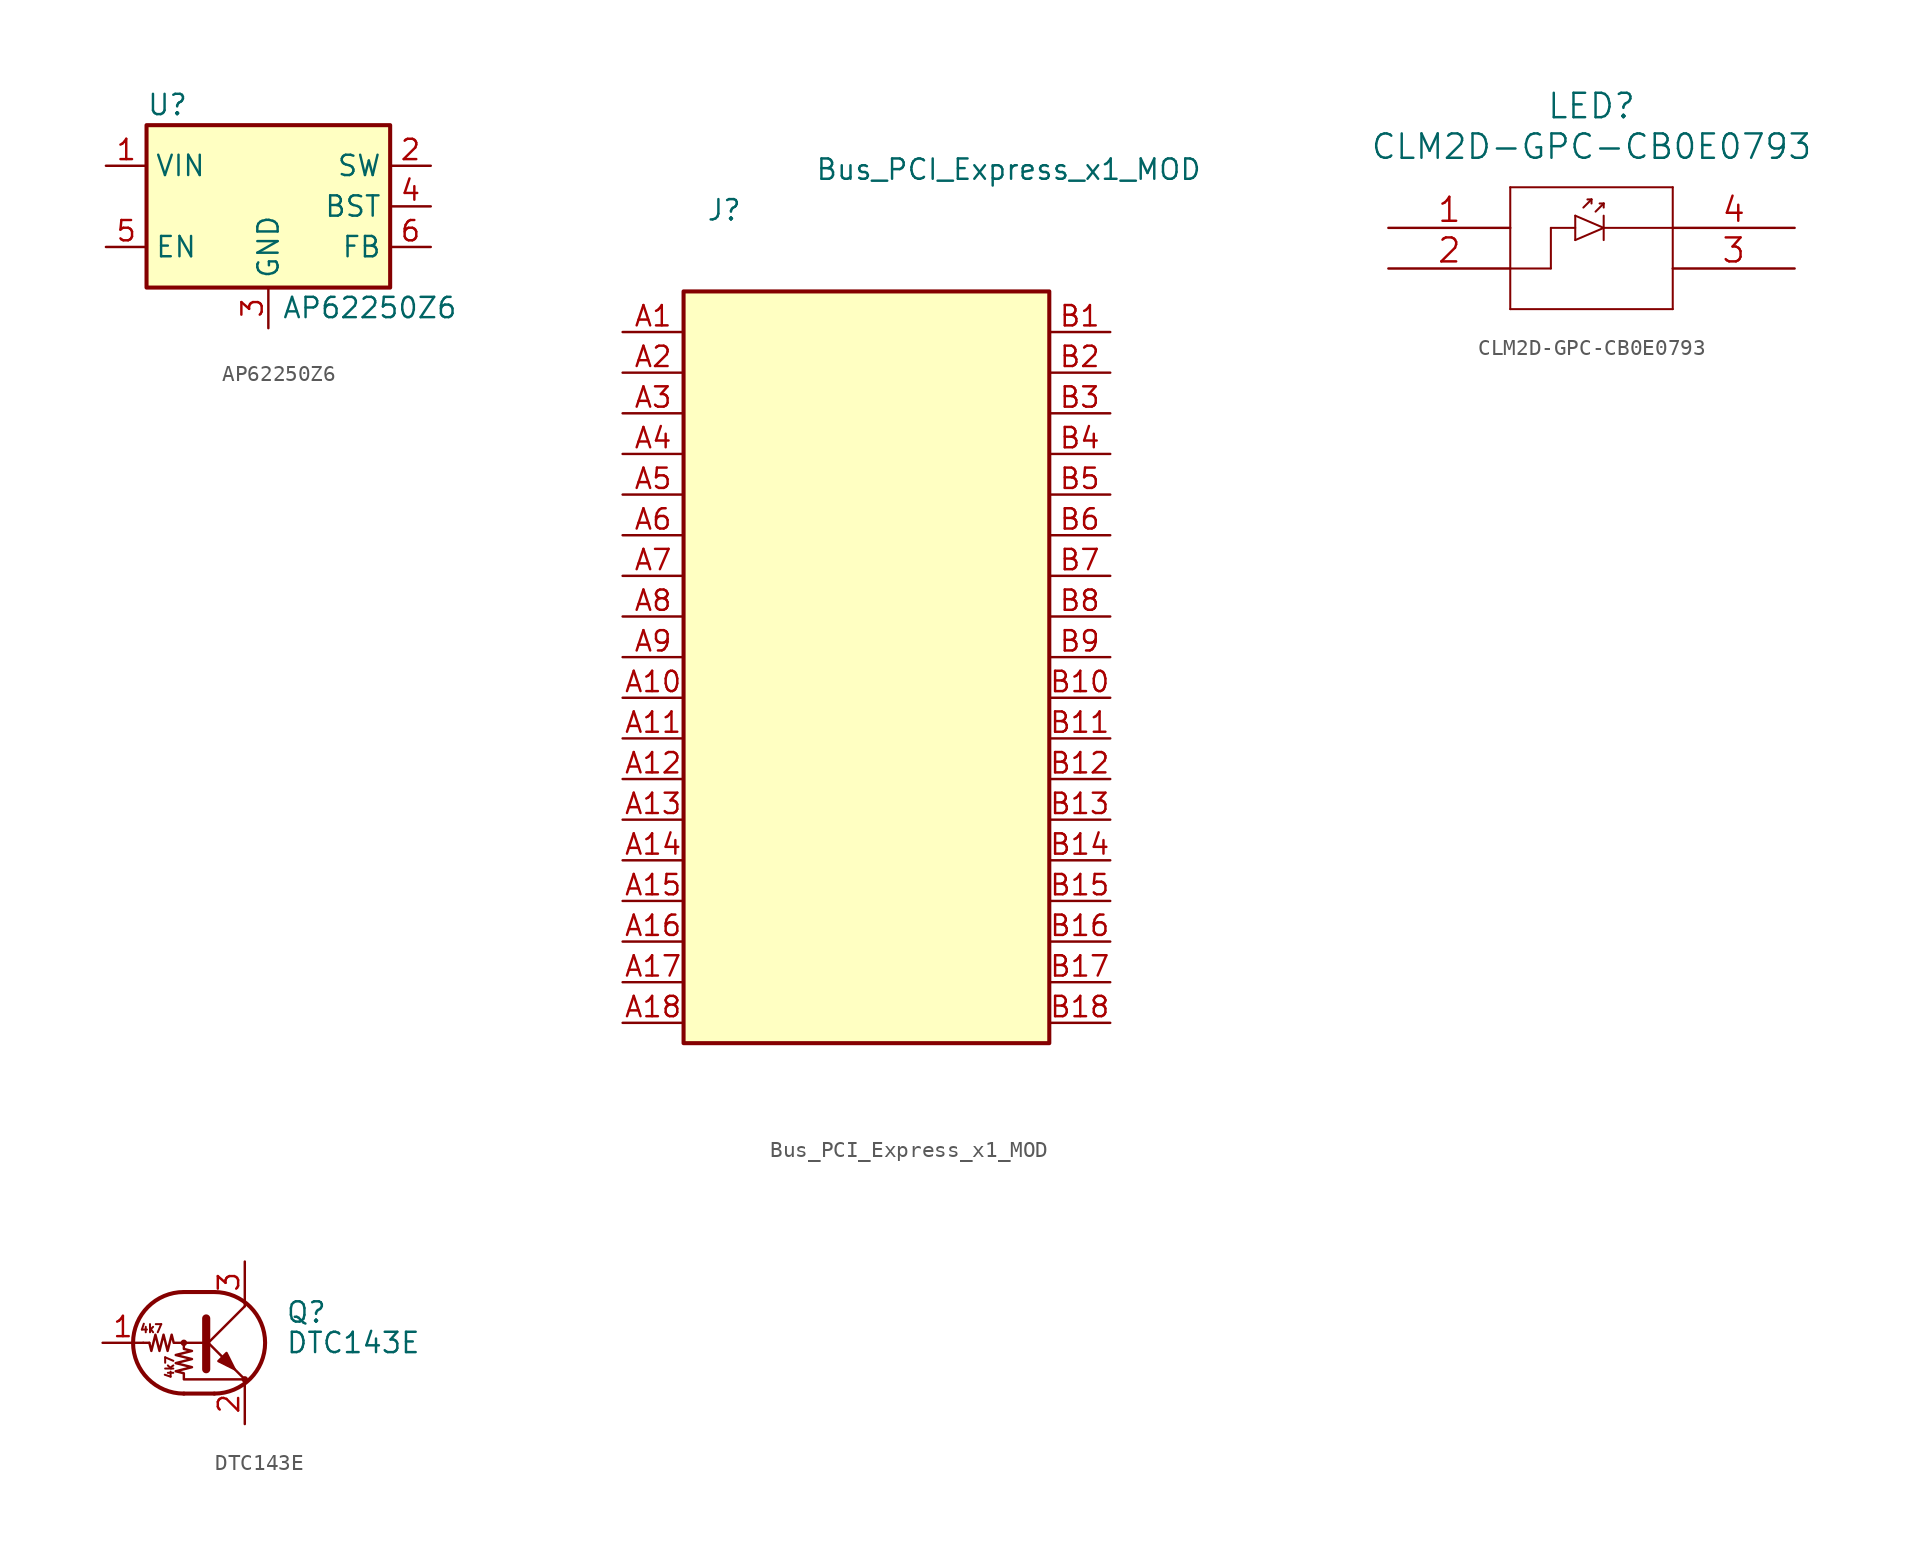
<source format=kicad_sym>
(kicad_symbol_lib
  (version 20231120)
  (generator "kicad_symbol_editor")
  (generator_version "8.0")
  (symbol "AP62250Z6"
    (property "Reference" "U"
      (at -7.62 6.35 0)
      (effects (font (size 1.27 1.27)) (justify left)))
    (property "Value" "AP62250Z6"
      (at 6.35 -6.35 0)
      (effects (font (size 1.27 1.27))))
    (symbol "AP62250Z6_0_1"
      (rectangle (start -7.62 5.08) (end 7.62 -5.08) (stroke (width 0.254) (type default)) (fill (type background))))
    (symbol "AP62250Z6_1_1"
      (pin power_in line (at -10.16 2.54 0) (length 2.54) (name "VIN" (effects (font (size 1.27 1.27)))) (number "1" (effects (font (size 1.27 1.27)))))
      (pin output line (at 10.16 2.54 180) (length 2.54) (name "SW" (effects (font (size 1.27 1.27)))) (number "2" (effects (font (size 1.27 1.27)))))
      (pin power_in line (at 0 -7.62 90) (length 2.54) (name "GND" (effects (font (size 1.27 1.27)))) (number "3" (effects (font (size 1.27 1.27)))))
      (pin passive line (at 10.16 0 180) (length 2.54) (name "BST" (effects (font (size 1.27 1.27)))) (number "4" (effects (font (size 1.27 1.27)))))
      (pin input line (at -10.16 -2.54 0) (length 2.54) (name "EN" (effects (font (size 1.27 1.27)))) (number "5" (effects (font (size 1.27 1.27)))))
      (pin input line (at 10.16 -2.54 180) (length 2.54) (name "FB" (effects (font (size 1.27 1.27)))) (number "6" (effects (font (size 1.27 1.27)))))))
  (symbol "Bus_PCI_Express_x1_MOD"
    (property "Reference" "J"
      (at -8.89 26.67 0)
      (effects (font (size 1.27 1.27))))
    (property "Value" "Bus_PCI_Express_x1_MOD"
      (at 8.89 29.21 0)
      (effects (font (size 1.27 1.27))))
    (symbol "Bus_PCI_Express_x1_MOD_0_1"
      (rectangle (start -11.43 21.59) (end 11.43 -25.4) (stroke (width 0.254) (type default)) (fill (type background))))
    (symbol "Bus_PCI_Express_x1_MOD_1_1"
      (pin passive line (at -15.24 19.05 0) (length 3.81) (name "" (effects (font (size 1.27 1.27)))) (number "A1" (effects (font (size 1.27 1.27)))))
      (pin passive line (at -15.24 -3.81 0) (length 3.81) (name "" (effects (font (size 1.27 1.27)))) (number "A10" (effects (font (size 1.27 1.27)))))
      (pin passive line (at -15.24 -6.35 0) (length 3.81) (name "" (effects (font (size 1.27 1.27)))) (number "A11" (effects (font (size 1.27 1.27)))))
      (pin passive line (at -15.24 -8.89 0) (length 3.81) (name "" (effects (font (size 1.27 1.27)))) (number "A12" (effects (font (size 1.27 1.27)))))
      (pin passive line (at -15.24 -11.43 0) (length 3.81) (name "" (effects (font (size 1.27 1.27)))) (number "A13" (effects (font (size 1.27 1.27)))))
      (pin passive line (at -15.24 -13.97 0) (length 3.81) (name "" (effects (font (size 1.27 1.27)))) (number "A14" (effects (font (size 1.27 1.27)))))
      (pin passive line (at -15.24 -16.51 0) (length 3.81) (name "" (effects (font (size 1.27 1.27)))) (number "A15" (effects (font (size 1.27 1.27)))))
      (pin passive line (at -15.24 -19.05 0) (length 3.81) (name "" (effects (font (size 1.27 1.27)))) (number "A16" (effects (font (size 1.27 1.27)))))
      (pin passive line (at -15.24 -21.59 0) (length 3.81) (name "" (effects (font (size 1.27 1.27)))) (number "A17" (effects (font (size 1.27 1.27)))))
      (pin passive line (at -15.24 -24.13 0) (length 3.81) (name "" (effects (font (size 1.27 1.27)))) (number "A18" (effects (font (size 1.27 1.27)))))
      (pin passive line (at -15.24 16.51 0) (length 3.81) (name "" (effects (font (size 1.27 1.27)))) (number "A2" (effects (font (size 1.27 1.27)))))
      (pin passive line (at -15.24 13.97 0) (length 3.81) (name "" (effects (font (size 1.27 1.27)))) (number "A3" (effects (font (size 1.27 1.27)))))
      (pin passive line (at -15.24 11.43 0) (length 3.81) (name "" (effects (font (size 1.27 1.27)))) (number "A4" (effects (font (size 1.27 1.27)))))
      (pin passive line (at -15.24 8.89 0) (length 3.81) (name "" (effects (font (size 1.27 1.27)))) (number "A5" (effects (font (size 1.27 1.27)))))
      (pin passive line (at -15.24 6.35 0) (length 3.81) (name "" (effects (font (size 1.27 1.27)))) (number "A6" (effects (font (size 1.27 1.27)))))
      (pin passive line (at -15.24 3.81 0) (length 3.81) (name "" (effects (font (size 1.27 1.27)))) (number "A7" (effects (font (size 1.27 1.27)))))
      (pin passive line (at -15.24 1.27 0) (length 3.81) (name "" (effects (font (size 1.27 1.27)))) (number "A8" (effects (font (size 1.27 1.27)))))
      (pin passive line (at -15.24 -1.27 0) (length 3.81) (name "" (effects (font (size 1.27 1.27)))) (number "A9" (effects (font (size 1.27 1.27)))))
      (pin power_in line (at 15.24 19.05 180) (length 3.81) (name "" (effects (font (size 1.27 1.27)))) (number "B1" (effects (font (size 1.27 1.27)))))
      (pin passive line (at 15.24 -3.81 180) (length 3.81) (name "" (effects (font (size 1.27 1.27)))) (number "B10" (effects (font (size 1.27 1.27)))))
      (pin passive line (at 15.24 -6.35 180) (length 3.81) (name "" (effects (font (size 1.27 1.27)))) (number "B11" (effects (font (size 1.27 1.27)))))
      (pin passive line (at 15.24 -8.89 180) (length 3.81) (name "" (effects (font (size 1.27 1.27)))) (number "B12" (effects (font (size 1.27 1.27)))))
      (pin passive line (at 15.24 -11.43 180) (length 3.81) (name "" (effects (font (size 1.27 1.27)))) (number "B13" (effects (font (size 1.27 1.27)))))
      (pin input line (at 15.24 -13.97 180) (length 3.81) (name "" (effects (font (size 1.27 1.27)))) (number "B14" (effects (font (size 1.27 1.27)))))
      (pin input line (at 15.24 -16.51 180) (length 3.81) (name "" (effects (font (size 1.27 1.27)))) (number "B15" (effects (font (size 1.27 1.27)))))
      (pin passive line (at 15.24 -19.05 180) (length 3.81) (name "" (effects (font (size 1.27 1.27)))) (number "B16" (effects (font (size 1.27 1.27)))))
      (pin passive line (at 15.24 -21.59 180) (length 3.81) (name "" (effects (font (size 1.27 1.27)))) (number "B17" (effects (font (size 1.27 1.27)))))
      (pin passive line (at 15.24 -24.13 180) (length 3.81) (name "" (effects (font (size 1.27 1.27)))) (number "B18" (effects (font (size 1.27 1.27)))))
      (pin passive line (at 15.24 16.51 180) (length 3.81) (name "" (effects (font (size 1.27 1.27)))) (number "B2" (effects (font (size 1.27 1.27)))))
      (pin passive line (at 15.24 13.97 180) (length 3.81) (name "" (effects (font (size 1.27 1.27)))) (number "B3" (effects (font (size 1.27 1.27)))))
      (pin passive line (at 15.24 11.43 180) (length 3.81) (name "" (effects (font (size 1.27 1.27)))) (number "B4" (effects (font (size 1.27 1.27)))))
      (pin passive line (at 15.24 8.89 180) (length 3.81) (name "" (effects (font (size 1.27 1.27)))) (number "B5" (effects (font (size 1.27 1.27)))))
      (pin passive line (at 15.24 6.35 180) (length 3.81) (name "" (effects (font (size 1.27 1.27)))) (number "B6" (effects (font (size 1.27 1.27)))))
      (pin passive line (at 15.24 3.81 180) (length 3.81) (name "" (effects (font (size 1.27 1.27)))) (number "B7" (effects (font (size 1.27 1.27)))))
      (pin passive line (at 15.24 1.27 180) (length 3.81) (name "" (effects (font (size 1.27 1.27)))) (number "B8" (effects (font (size 1.27 1.27)))))
      (pin input line (at 15.24 -1.27 180) (length 3.81) (name "" (effects (font (size 1.27 1.27)))) (number "B9" (effects (font (size 1.27 1.27)))))))
  (symbol "CLM2D-GPC-CB0E0793"
    (pin_names
      (offset 0.254) hide)
    (property "Reference" "LED"
      (at 12.7 7.62 0)
      (effects (font (size 1.524 1.524))))
    (property "Value" "CLM2D-GPC-CB0E0793"
      (at 12.7 5.08 0)
      (effects (font (size 1.524 1.524))))
    (property "Datasheet" ""
      (at 0 0 0)
      (effects (font (size 1.524 1.524))))
    (property "ki_locked" ""
      (at 0 0 0)
      (effects (font (size 1.27 1.27))))
    (symbol "CLM2D-GPC-CB0E0793_1_1"
      (polyline (pts (xy 7.62 -5.08) (xy 17.78 -5.08)) (stroke (width 0.127) (type default)) (fill (type none)))
      (polyline (pts (xy 7.62 -2.54) (xy 10.16 -2.54)) (stroke (width 0.127) (type default)) (fill (type none)))
      (polyline (pts (xy 7.62 2.54) (xy 7.62 -5.08)) (stroke (width 0.127) (type default)) (fill (type none)))
      (polyline (pts (xy 10.16 0) (xy 10.16 -2.54)) (stroke (width 0.127) (type default)) (fill (type none)))
      (polyline (pts (xy 10.16 0) (xy 11.684 0)) (stroke (width 0.127) (type default)) (fill (type none)))
      (polyline (pts (xy 11.684 -0.762) (xy 13.462 0)) (stroke (width 0.127) (type default)) (fill (type none)))
      (polyline (pts (xy 11.684 0.762) (xy 11.684 -0.762)) (stroke (width 0.127) (type default)) (fill (type none)))
      (polyline (pts (xy 12.192 1.27) (xy 12.7 1.778)) (stroke (width 0.127) (type default)) (fill (type none)))
      (polyline (pts (xy 12.7 1.778) (xy 12.446 1.778)) (stroke (width 0.127) (type default)) (fill (type none)))
      (polyline (pts (xy 12.7 1.778) (xy 12.7 1.524)) (stroke (width 0.127) (type default)) (fill (type none)))
      (polyline (pts (xy 12.954 1.016) (xy 13.462 1.524)) (stroke (width 0.127) (type default)) (fill (type none)))
      (polyline (pts (xy 13.462 0) (xy 11.684 0.762)) (stroke (width 0.127) (type default)) (fill (type none)))
      (polyline (pts (xy 13.462 0) (xy 17.78 0)) (stroke (width 0.127) (type default)) (fill (type none)))
      (polyline (pts (xy 13.462 0.762) (xy 13.462 -0.762)) (stroke (width 0.127) (type default)) (fill (type none)))
      (polyline (pts (xy 13.462 1.524) (xy 13.208 1.524)) (stroke (width 0.127) (type default)) (fill (type none)))
      (polyline (pts (xy 13.462 1.524) (xy 13.462 1.27)) (stroke (width 0.127) (type default)) (fill (type none)))
      (polyline (pts (xy 17.78 -5.08) (xy 17.78 2.54)) (stroke (width 0.127) (type default)) (fill (type none)))
      (polyline (pts (xy 17.78 2.54) (xy 7.62 2.54)) (stroke (width 0.127) (type default)) (fill (type none)))
      (pin unspecified line (at 0 0 0) (length 7.62) (name "1" (effects (font (size 1.499 1.499)))) (number "1" (effects (font (size 1.499 1.499)))))
      (pin unspecified line (at 0 -2.54 0) (length 7.62) (name "2" (effects (font (size 1.499 1.499)))) (number "2" (effects (font (size 1.499 1.499)))))
      (pin unspecified line (at 25.4 -2.54 180) (length 7.62) (name "3" (effects (font (size 1.499 1.499)))) (number "3" (effects (font (size 1.499 1.499)))))
      (pin unspecified line (at 25.4 0 180) (length 7.62) (name "4" (effects (font (size 1.499 1.499)))) (number "4" (effects (font (size 1.499 1.499)))))))
  (symbol "DTC143E"
    (pin_names
      (offset 0) hide)
    (property "Reference" "Q"
      (at 5.08 1.905 0)
      (effects (font (size 1.27 1.27)) (justify left)))
    (property "Value" "DTC143E"
      (at 5.08 0 0)
      (effects (font (size 1.27 1.27)) (justify left)))
    (symbol "DTC143E_0_0"
      (text "4k7" (at -3.302 0.889 0) (effects (font (size 0.508 0.508))))
      (text "4k7" (at -2.159 -1.524 900) (effects (font (size 0.508 0.508)))))
    (symbol "DTC143E_0_1"
      (circle (center -1.27 0) (radius 0.127) (stroke (width 0) (type default)) (fill (type none)))
      (arc (start -1.27 3.175) (mid -4.4311 0) (end -1.27 -3.175) (stroke (width 0.254) (type default)) (fill (type none)))
      (polyline (pts (xy -3.429 0) (xy -3.81 0)) (stroke (width 0) (type default)) (fill (type none)))
      (polyline (pts (xy -1.27 -3.175) (xy 0.635 -3.175)) (stroke (width 0.254) (type default)) (fill (type none)))
      (polyline (pts (xy -1.27 3.175) (xy 0.635 3.175)) (stroke (width 0.254) (type default)) (fill (type none)))
      (polyline (pts (xy 0 -0.254) (xy 2.54 2.286)) (stroke (width 0) (type default)) (fill (type none)))
      (polyline (pts (xy 0.127 1.524) (xy 0.127 -1.651)) (stroke (width 0.508) (type default)) (fill (type outline)))
      (polyline (pts (xy 2.54 2.286) (xy 2.54 2.54)) (stroke (width 0) (type default)) (fill (type none)))
      (polyline (pts (xy 2.54 -2.286) (xy 0 0.254) (xy 0 0.254)) (stroke (width 0) (type default)) (fill (type none)))
      (polyline (pts (xy 0.889 -1.143) (xy 1.397 -0.635) (xy 1.905 -1.651) (xy 0.889 -1.143)) (stroke (width 0) (type default)) (fill (type outline)))
      (polyline (pts (xy 0 0) (xy -1.905 0) (xy -2.032 0.508) (xy -2.286 -0.508) (xy -2.54 0.508) (xy -2.794 -0.508) (xy -3.048 0.508) (xy -3.302 -0.508) (xy -3.429 0)) (stroke (width 0) (type default)) (fill (type none)))
      (polyline (pts (xy -1.27 0) (xy -1.27 -0.381) (xy -0.762 -0.508) (xy -1.778 -0.762) (xy -0.762 -1.016) (xy -1.778 -1.27) (xy -0.762 -1.524) (xy -1.778 -1.778) (xy -1.27 -1.905) (xy -1.27 -2.286) (xy 2.54 -2.286)) (stroke (width 0) (type default)) (fill (type none)))
      (arc (start 0.635 -3.175) (mid 3.7961 0) (end 0.635 3.175) (stroke (width 0.254) (type default)) (fill (type none)))
      (circle (center 2.54 -2.286) (radius 0.127) (stroke (width 0) (type default)) (fill (type none))))
    (symbol "DTC143E_1_1"
      (pin input line (at -6.35 0 0) (length 2.54) (name "B" (effects (font (size 1.27 1.27)))) (number "1" (effects (font (size 1.27 1.27)))))
      (pin passive line (at 2.54 -5.08 90) (length 2.54) (name "E" (effects (font (size 1.27 1.27)))) (number "2" (effects (font (size 1.27 1.27)))))
      (pin passive line (at 2.54 5.08 270) (length 2.54) (name "C" (effects (font (size 1.27 1.27)))) (number "3" (effects (font (size 1.27 1.27))))))))
</source>
